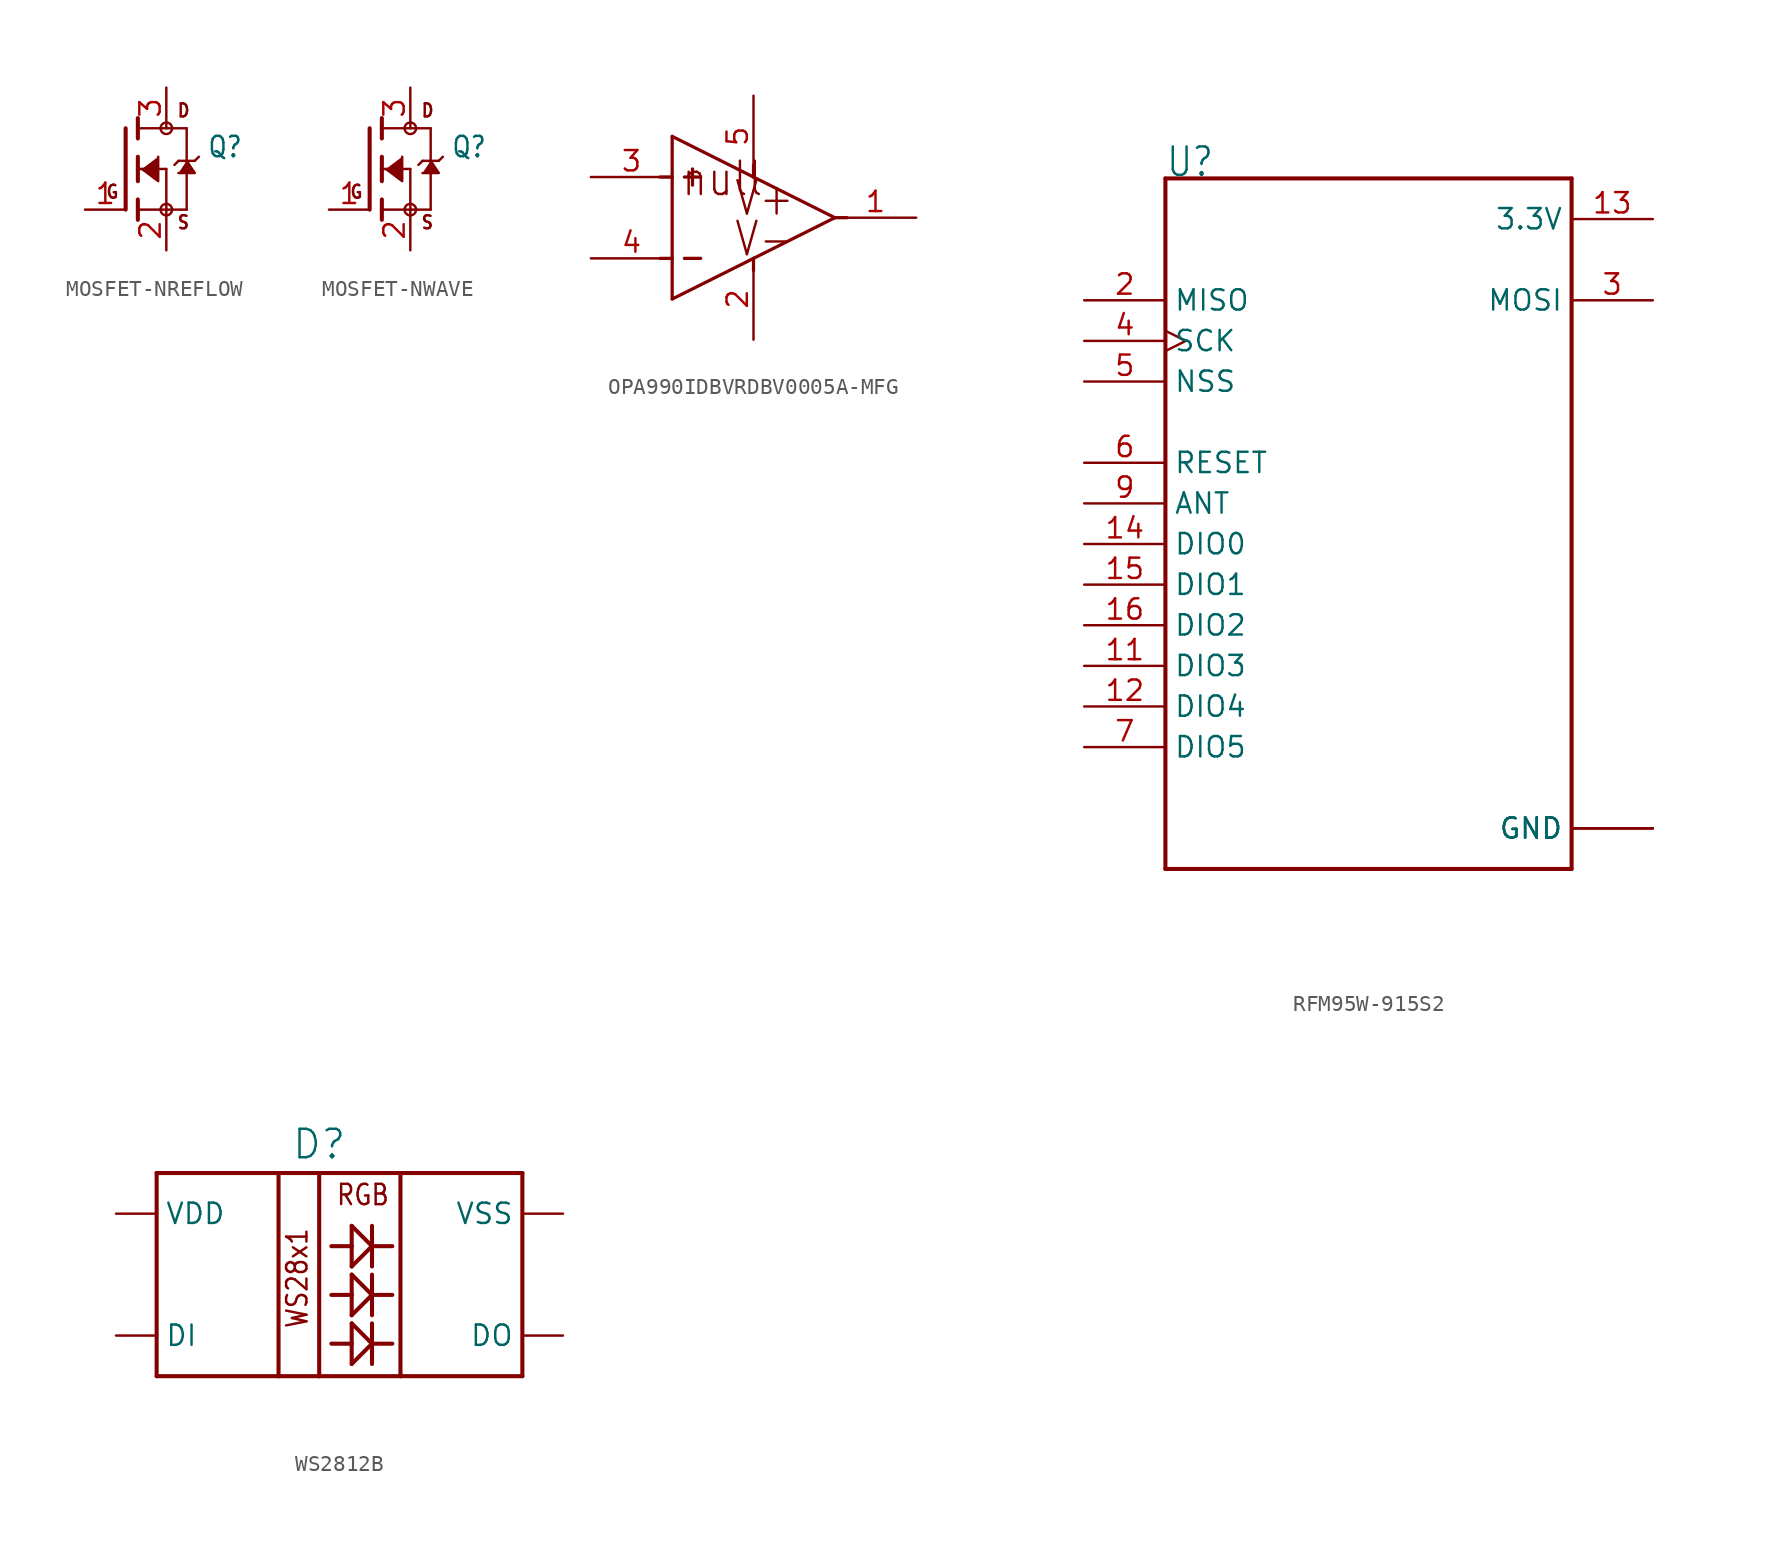
<source format=kicad_sym>
(kicad_symbol_lib
  (version 20231120)
  (generator "kicad_symbol_editor")
  (generator_version "8.0")
  (symbol "MOSFET-NREFLOW"
    (property "Reference" "Q"
      (at 5.08 0.635 0)
      (effects (font (size 1.27 1.079)) (justify left bottom)))
    (property "Value" ""
      (at 5.08 -1.27 0)
      (effects (font (size 1.27 1.079)) (justify left bottom)))
    (property "ki_locked" ""
      (at 0 0 0)
      (effects (font (size 1.27 1.27))))
    (symbol "MOSFET-NREFLOW_1_0"
      (polyline (pts (xy 0 2.54) (xy 0 -2.54)) (stroke (width 0.254) (type solid)) (fill (type none)))
      (polyline (pts (xy 0.762 -2.54) (xy 0.762 -3.175)) (stroke (width 0.254) (type solid)) (fill (type none)))
      (polyline (pts (xy 0.762 -1.905) (xy 0.762 -2.54)) (stroke (width 0.254) (type solid)) (fill (type none)))
      (polyline (pts (xy 0.762 0) (xy 0.762 -0.762)) (stroke (width 0.254) (type solid)) (fill (type none)))
      (polyline (pts (xy 0.762 0) (xy 2.54 0)) (stroke (width 0.152) (type solid)) (fill (type none)))
      (polyline (pts (xy 0.762 0.762) (xy 0.762 0)) (stroke (width 0.254) (type solid)) (fill (type none)))
      (polyline (pts (xy 0.762 2.54) (xy 0.762 1.905)) (stroke (width 0.254) (type solid)) (fill (type none)))
      (polyline (pts (xy 0.762 2.54) (xy 3.81 2.54)) (stroke (width 0.152) (type solid)) (fill (type none)))
      (polyline (pts (xy 0.762 3.175) (xy 0.762 2.54)) (stroke (width 0.254) (type solid)) (fill (type none)))
      (polyline (pts (xy 2.54 -2.54) (xy 0.762 -2.54)) (stroke (width 0.152) (type solid)) (fill (type none)))
      (polyline (pts (xy 2.54 -2.54) (xy 3.81 -2.54)) (stroke (width 0.152) (type solid)) (fill (type none)))
      (polyline (pts (xy 2.54 0) (xy 2.54 -2.54)) (stroke (width 0.152) (type solid)) (fill (type none)))
      (polyline (pts (xy 3.302 0.508) (xy 3.048 0.254)) (stroke (width 0.152) (type solid)) (fill (type none)))
      (polyline (pts (xy 3.81 0.508) (xy 3.302 0.508)) (stroke (width 0.152) (type solid)) (fill (type none)))
      (polyline (pts (xy 3.81 0.508) (xy 3.81 -2.54)) (stroke (width 0.152) (type solid)) (fill (type none)))
      (polyline (pts (xy 3.81 2.54) (xy 3.81 0.508)) (stroke (width 0.152) (type solid)) (fill (type none)))
      (polyline (pts (xy 4.318 0.508) (xy 3.81 0.508)) (stroke (width 0.152) (type solid)) (fill (type none)))
      (polyline (pts (xy 4.572 0.762) (xy 4.318 0.508)) (stroke (width 0.152) (type solid)) (fill (type none)))
      (polyline (pts (xy 1.016 0) (xy 2.032 -0.762) (xy 2.032 0.762)) (stroke (width 0.152) (type solid)) (fill (type outline)))
      (polyline (pts (xy 3.302 -0.254) (xy 4.318 -0.254) (xy 3.81 0.508)) (stroke (width 0.152) (type solid)) (fill (type outline)))
      (circle (center 2.54 -2.54) (radius 0.359) (stroke (width 0) (type solid)) (fill (type none)))
      (circle (center 2.54 2.54) (radius 0.359) (stroke (width 0) (type solid)) (fill (type none)))
      (text "D" (at 3.175 3.175 0) (effects (font (size 0.813 0.691)) (justify left bottom)))
      (text "G" (at -1.27 -1.905 0) (effects (font (size 0.813 0.691)) (justify left bottom)))
      (text "S" (at 3.175 -3.81 0) (effects (font (size 0.813 0.691)) (justify left bottom)))
      (pin bidirectional line (at -2.54 -2.54 0) (length 2.54) (name "G" (effects (font (size 0 0)))) (number "1" (effects (font (size 1.27 1.27)))))
      (pin bidirectional line (at 2.54 -5.08 90) (length 2.54) (name "S" (effects (font (size 0 0)))) (number "2" (effects (font (size 1.27 1.27)))))
      (pin bidirectional line (at 2.54 5.08 270) (length 2.54) (name "D" (effects (font (size 0 0)))) (number "3" (effects (font (size 1.27 1.27)))))))
  (symbol "MOSFET-NWAVE"
    (property "Reference" "Q"
      (at 5.08 0.635 0)
      (effects (font (size 1.27 1.079)) (justify left bottom)))
    (property "Value" ""
      (at 5.08 -1.27 0)
      (effects (font (size 1.27 1.079)) (justify left bottom)))
    (property "ki_locked" ""
      (at 0 0 0)
      (effects (font (size 1.27 1.27))))
    (symbol "MOSFET-NWAVE_1_0"
      (polyline (pts (xy 0 2.54) (xy 0 -2.54)) (stroke (width 0.254) (type solid)) (fill (type none)))
      (polyline (pts (xy 0.762 -2.54) (xy 0.762 -3.175)) (stroke (width 0.254) (type solid)) (fill (type none)))
      (polyline (pts (xy 0.762 -1.905) (xy 0.762 -2.54)) (stroke (width 0.254) (type solid)) (fill (type none)))
      (polyline (pts (xy 0.762 0) (xy 0.762 -0.762)) (stroke (width 0.254) (type solid)) (fill (type none)))
      (polyline (pts (xy 0.762 0) (xy 2.54 0)) (stroke (width 0.152) (type solid)) (fill (type none)))
      (polyline (pts (xy 0.762 0.762) (xy 0.762 0)) (stroke (width 0.254) (type solid)) (fill (type none)))
      (polyline (pts (xy 0.762 2.54) (xy 0.762 1.905)) (stroke (width 0.254) (type solid)) (fill (type none)))
      (polyline (pts (xy 0.762 2.54) (xy 3.81 2.54)) (stroke (width 0.152) (type solid)) (fill (type none)))
      (polyline (pts (xy 0.762 3.175) (xy 0.762 2.54)) (stroke (width 0.254) (type solid)) (fill (type none)))
      (polyline (pts (xy 2.54 -2.54) (xy 0.762 -2.54)) (stroke (width 0.152) (type solid)) (fill (type none)))
      (polyline (pts (xy 2.54 -2.54) (xy 3.81 -2.54)) (stroke (width 0.152) (type solid)) (fill (type none)))
      (polyline (pts (xy 2.54 0) (xy 2.54 -2.54)) (stroke (width 0.152) (type solid)) (fill (type none)))
      (polyline (pts (xy 3.302 0.508) (xy 3.048 0.254)) (stroke (width 0.152) (type solid)) (fill (type none)))
      (polyline (pts (xy 3.81 0.508) (xy 3.302 0.508)) (stroke (width 0.152) (type solid)) (fill (type none)))
      (polyline (pts (xy 3.81 0.508) (xy 3.81 -2.54)) (stroke (width 0.152) (type solid)) (fill (type none)))
      (polyline (pts (xy 3.81 2.54) (xy 3.81 0.508)) (stroke (width 0.152) (type solid)) (fill (type none)))
      (polyline (pts (xy 4.318 0.508) (xy 3.81 0.508)) (stroke (width 0.152) (type solid)) (fill (type none)))
      (polyline (pts (xy 4.572 0.762) (xy 4.318 0.508)) (stroke (width 0.152) (type solid)) (fill (type none)))
      (polyline (pts (xy 1.016 0) (xy 2.032 -0.762) (xy 2.032 0.762)) (stroke (width 0.152) (type solid)) (fill (type outline)))
      (polyline (pts (xy 3.302 -0.254) (xy 4.318 -0.254) (xy 3.81 0.508)) (stroke (width 0.152) (type solid)) (fill (type outline)))
      (circle (center 2.54 -2.54) (radius 0.359) (stroke (width 0) (type solid)) (fill (type none)))
      (circle (center 2.54 2.54) (radius 0.359) (stroke (width 0) (type solid)) (fill (type none)))
      (text "D" (at 3.175 3.175 0) (effects (font (size 0.813 0.691)) (justify left bottom)))
      (text "G" (at -1.27 -1.905 0) (effects (font (size 0.813 0.691)) (justify left bottom)))
      (text "S" (at 3.175 -3.81 0) (effects (font (size 0.813 0.691)) (justify left bottom)))
      (pin bidirectional line (at -2.54 -2.54 0) (length 2.54) (name "G" (effects (font (size 0 0)))) (number "1" (effects (font (size 1.27 1.27)))))
      (pin bidirectional line (at 2.54 -5.08 90) (length 2.54) (name "S" (effects (font (size 0 0)))) (number "2" (effects (font (size 1.27 1.27)))))
      (pin bidirectional line (at 2.54 5.08 270) (length 2.54) (name "D" (effects (font (size 0 0)))) (number "3" (effects (font (size 1.27 1.27)))))))
  (symbol "OPA990IDBVRDBV0005A-MFG"
    (property "Reference" "U"
      (at -4.724 1.499 0)
      (effects (font (size 2.083 1.77)) (justify left bottom) (hide yes)))
    (property "ki_locked" ""
      (at 0 0 0)
      (effects (font (size 1.27 1.27))))
    (symbol "OPA990IDBVRDBV0005A-MFG_1_0"
      (polyline (pts (xy 5.08 -7.62) (xy 5.08 -5.08)) (stroke (width 0.203) (type solid)) (fill (type none)))
      (polyline (pts (xy 5.08 -7.62) (xy 10.16 -5.08)) (stroke (width 0.203) (type solid)) (fill (type none)))
      (polyline (pts (xy 5.08 -5.08) (xy 4.318 -5.08)) (stroke (width 0.203) (type solid)) (fill (type none)))
      (polyline (pts (xy 5.08 -5.08) (xy 5.08 0)) (stroke (width 0.203) (type solid)) (fill (type none)))
      (polyline (pts (xy 5.08 0) (xy 4.318 0)) (stroke (width 0.203) (type solid)) (fill (type none)))
      (polyline (pts (xy 5.08 0) (xy 5.08 2.54)) (stroke (width 0.203) (type solid)) (fill (type none)))
      (polyline (pts (xy 5.08 2.54) (xy 10.16 0)) (stroke (width 0.203) (type solid)) (fill (type none)))
      (polyline (pts (xy 6.35 -0.508) (xy 6.35 0.508)) (stroke (width 0.203) (type solid)) (fill (type none)))
      (polyline (pts (xy 6.858 -5.08) (xy 5.842 -5.08)) (stroke (width 0.203) (type solid)) (fill (type none)))
      (polyline (pts (xy 6.858 0) (xy 5.842 0)) (stroke (width 0.203) (type solid)) (fill (type none)))
      (polyline (pts (xy 10.16 -5.08) (xy 10.16 -5.842)) (stroke (width 0.203) (type solid)) (fill (type none)))
      (polyline (pts (xy 10.16 -5.08) (xy 15.24 -2.54)) (stroke (width 0.203) (type solid)) (fill (type none)))
      (polyline (pts (xy 10.16 0) (xy 10.16 0.762)) (stroke (width 0.203) (type solid)) (fill (type none)))
      (polyline (pts (xy 10.16 0) (xy 15.24 -2.54)) (stroke (width 0.203) (type solid)) (fill (type none)))
      (polyline (pts (xy 15.24 -2.54) (xy 16.002 -2.54)) (stroke (width 0.203) (type solid)) (fill (type none)))
      (text "null" (at 5.588 -1.321 0) (effects (font (size 2.083 1.77)) (justify left bottom)))
      (text "V+" (at 8.89 -2.54 0) (effects (font (size 2.083 1.77)) (justify left bottom)))
      (text "V-" (at 8.89 -5.08 0) (effects (font (size 2.083 1.77)) (justify left bottom)))
      (pin passive line (at 20.32 -2.54 180) (length 5.08) (name "OUT" (effects (font (size 0 0)))) (number "1" (effects (font (size 1.27 1.27)))))
      (pin power_in line (at 10.16 -10.16 90) (length 5.08) (name "V-" (effects (font (size 0 0)))) (number "2" (effects (font (size 1.27 1.27)))))
      (pin tri_state line (at 0 0 0) (length 5.08) (name "IN+" (effects (font (size 0 0)))) (number "3" (effects (font (size 1.27 1.27)))))
      (pin tri_state line (at 0 -5.08 0) (length 5.08) (name "IN-" (effects (font (size 0 0)))) (number "4" (effects (font (size 1.27 1.27)))))
      (pin power_in line (at 10.16 5.08 270) (length 5.08) (name "V+" (effects (font (size 0 0)))) (number "5" (effects (font (size 1.27 1.27)))))))
  (symbol "RFM95W-915S2"
    (property "Reference" "U"
      (at -12.7 22.86 0)
      (effects (font (size 1.778 1.511)) (justify left bottom)))
    (property "Value" ""
      (at -12.7 -22.86 0)
      (effects (font (size 1.778 1.511)) (justify left bottom)))
    (property "ki_locked" ""
      (at 0 0 0)
      (effects (font (size 1.27 1.27))))
    (symbol "RFM95W-915S2_1_0"
      (polyline (pts (xy -12.7 -20.32) (xy 12.7 -20.32)) (stroke (width 0.254) (type solid)) (fill (type none)))
      (polyline (pts (xy -12.7 22.86) (xy -12.7 -20.32)) (stroke (width 0.254) (type solid)) (fill (type none)))
      (polyline (pts (xy 12.7 -20.32) (xy 12.7 22.86)) (stroke (width 0.254) (type solid)) (fill (type none)))
      (polyline (pts (xy 12.7 22.86) (xy -12.7 22.86)) (stroke (width 0.254) (type solid)) (fill (type none)))
      (pin power_in line (at 17.78 -17.78 180) (length 5.08) (name "GND" (effects (font (size 1.27 1.27)))) (number "1" (effects (font (size 0 0)))))
      (pin power_in line (at 17.78 -17.78 180) (length 5.08) (name "GND" (effects (font (size 1.27 1.27)))) (number "10" (effects (font (size 0 0)))))
      (pin bidirectional line (at -17.78 -7.62 0) (length 5.08) (name "DIO3" (effects (font (size 1.27 1.27)))) (number "11" (effects (font (size 1.27 1.27)))))
      (pin bidirectional line (at -17.78 -10.16 0) (length 5.08) (name "DIO4" (effects (font (size 1.27 1.27)))) (number "12" (effects (font (size 1.27 1.27)))))
      (pin power_in line (at 17.78 20.32 180) (length 5.08) (name "3.3V" (effects (font (size 1.27 1.27)))) (number "13" (effects (font (size 1.27 1.27)))))
      (pin bidirectional line (at -17.78 0 0) (length 5.08) (name "DIO0" (effects (font (size 1.27 1.27)))) (number "14" (effects (font (size 1.27 1.27)))))
      (pin bidirectional line (at -17.78 -2.54 0) (length 5.08) (name "DIO1" (effects (font (size 1.27 1.27)))) (number "15" (effects (font (size 1.27 1.27)))))
      (pin bidirectional line (at -17.78 -5.08 0) (length 5.08) (name "DIO2" (effects (font (size 1.27 1.27)))) (number "16" (effects (font (size 1.27 1.27)))))
      (pin input line (at -17.78 15.24 0) (length 5.08) (name "MISO" (effects (font (size 1.27 1.27)))) (number "2" (effects (font (size 1.27 1.27)))))
      (pin output line (at 17.78 15.24 180) (length 5.08) (name "MOSI" (effects (font (size 1.27 1.27)))) (number "3" (effects (font (size 1.27 1.27)))))
      (pin input clock (at -17.78 12.7 0) (length 5.08) (name "SCK" (effects (font (size 1.27 1.27)))) (number "4" (effects (font (size 1.27 1.27)))))
      (pin input line (at -17.78 10.16 0) (length 5.08) (name "NSS" (effects (font (size 1.27 1.27)))) (number "5" (effects (font (size 1.27 1.27)))))
      (pin bidirectional line (at -17.78 5.08 0) (length 5.08) (name "RESET" (effects (font (size 1.27 1.27)))) (number "6" (effects (font (size 1.27 1.27)))))
      (pin bidirectional line (at -17.78 -12.7 0) (length 5.08) (name "DIO5" (effects (font (size 1.27 1.27)))) (number "7" (effects (font (size 1.27 1.27)))))
      (pin power_in line (at 17.78 -17.78 180) (length 5.08) (name "GND" (effects (font (size 1.27 1.27)))) (number "8" (effects (font (size 0 0)))))
      (pin bidirectional line (at -17.78 2.54 0) (length 5.08) (name "ANT" (effects (font (size 1.27 1.27)))) (number "9" (effects (font (size 1.27 1.27)))))))
  (symbol "WS2812B"
    (property "Reference" "D"
      (at -2.54 8.382 0)
      (effects (font (size 1.778 1.778)) (justify bottom)))
    (property "Value" ""
      (at -2.54 -7.62 0)
      (effects (font (size 1.778 1.778)) (justify bottom)))
    (property "ki_locked" ""
      (at 0 0 0)
      (effects (font (size 1.27 1.27))))
    (symbol "WS2812B_1_0"
      (polyline (pts (xy -12.7 -5.08) (xy -12.7 7.62)) (stroke (width 0.254) (type solid)) (fill (type none)))
      (polyline (pts (xy -12.7 7.62) (xy -5.08 7.62)) (stroke (width 0.254) (type solid)) (fill (type none)))
      (polyline (pts (xy -5.08 -5.08) (xy -12.7 -5.08)) (stroke (width 0.254) (type solid)) (fill (type none)))
      (polyline (pts (xy -5.08 7.62) (xy -5.08 -5.08)) (stroke (width 0.254) (type solid)) (fill (type none)))
      (polyline (pts (xy -5.08 7.62) (xy -2.54 7.62)) (stroke (width 0.254) (type solid)) (fill (type none)))
      (polyline (pts (xy -2.54 -5.08) (xy -5.08 -5.08)) (stroke (width 0.254) (type solid)) (fill (type none)))
      (polyline (pts (xy -2.54 7.62) (xy -2.54 -5.08)) (stroke (width 0.254) (type solid)) (fill (type none)))
      (polyline (pts (xy -2.54 7.62) (xy 2.54 7.62)) (stroke (width 0.254) (type solid)) (fill (type none)))
      (polyline (pts (xy -0.508 -4.318) (xy 0.762 -3.048)) (stroke (width 0.254) (type solid)) (fill (type none)))
      (polyline (pts (xy -0.508 -3.048) (xy -1.778 -3.048)) (stroke (width 0.254) (type solid)) (fill (type none)))
      (polyline (pts (xy -0.508 -3.048) (xy -0.508 -4.318)) (stroke (width 0.254) (type solid)) (fill (type none)))
      (polyline (pts (xy -0.508 -1.778) (xy -0.508 -3.048)) (stroke (width 0.254) (type solid)) (fill (type none)))
      (polyline (pts (xy -0.508 -1.27) (xy 0.762 0)) (stroke (width 0.254) (type solid)) (fill (type none)))
      (polyline (pts (xy -0.508 0) (xy -1.778 0)) (stroke (width 0.254) (type solid)) (fill (type none)))
      (polyline (pts (xy -0.508 0) (xy -0.508 -1.27)) (stroke (width 0.254) (type solid)) (fill (type none)))
      (polyline (pts (xy -0.508 1.27) (xy -0.508 0)) (stroke (width 0.254) (type solid)) (fill (type none)))
      (polyline (pts (xy -0.508 1.778) (xy 0.762 3.048)) (stroke (width 0.254) (type solid)) (fill (type none)))
      (polyline (pts (xy -0.508 3.048) (xy -1.778 3.048)) (stroke (width 0.254) (type solid)) (fill (type none)))
      (polyline (pts (xy -0.508 3.048) (xy -0.508 1.778)) (stroke (width 0.254) (type solid)) (fill (type none)))
      (polyline (pts (xy -0.508 4.318) (xy -0.508 3.048)) (stroke (width 0.254) (type solid)) (fill (type none)))
      (polyline (pts (xy 0.762 -3.048) (xy -0.508 -1.778)) (stroke (width 0.254) (type solid)) (fill (type none)))
      (polyline (pts (xy 0.762 -3.048) (xy 0.762 -4.318)) (stroke (width 0.254) (type solid)) (fill (type none)))
      (polyline (pts (xy 0.762 -3.048) (xy 2.032 -3.048)) (stroke (width 0.254) (type solid)) (fill (type none)))
      (polyline (pts (xy 0.762 -1.778) (xy 0.762 -3.048)) (stroke (width 0.254) (type solid)) (fill (type none)))
      (polyline (pts (xy 0.762 0) (xy -0.508 1.27)) (stroke (width 0.254) (type solid)) (fill (type none)))
      (polyline (pts (xy 0.762 0) (xy 0.762 -1.27)) (stroke (width 0.254) (type solid)) (fill (type none)))
      (polyline (pts (xy 0.762 0) (xy 2.032 0)) (stroke (width 0.254) (type solid)) (fill (type none)))
      (polyline (pts (xy 0.762 1.27) (xy 0.762 0)) (stroke (width 0.254) (type solid)) (fill (type none)))
      (polyline (pts (xy 0.762 3.048) (xy -0.508 4.318)) (stroke (width 0.254) (type solid)) (fill (type none)))
      (polyline (pts (xy 0.762 3.048) (xy 0.762 1.778)) (stroke (width 0.254) (type solid)) (fill (type none)))
      (polyline (pts (xy 0.762 3.048) (xy 2.032 3.048)) (stroke (width 0.254) (type solid)) (fill (type none)))
      (polyline (pts (xy 0.762 4.318) (xy 0.762 3.048)) (stroke (width 0.254) (type solid)) (fill (type none)))
      (polyline (pts (xy 2.54 -5.08) (xy -2.54 -5.08)) (stroke (width 0.254) (type solid)) (fill (type none)))
      (polyline (pts (xy 2.54 7.62) (xy 2.54 -5.08)) (stroke (width 0.254) (type solid)) (fill (type none)))
      (polyline (pts (xy 2.54 7.62) (xy 10.16 7.62)) (stroke (width 0.254) (type solid)) (fill (type none)))
      (polyline (pts (xy 10.16 -5.08) (xy 2.54 -5.08)) (stroke (width 0.254) (type solid)) (fill (type none)))
      (polyline (pts (xy 10.16 7.62) (xy 10.16 -5.08)) (stroke (width 0.254) (type solid)) (fill (type none)))
      (text "RGB" (at -1.524 5.512 0) (effects (font (size 1.27 1.079)) (justify left bottom)))
      (text "WS28x1" (at -3.175 -2.159 900) (effects (font (size 1.27 1.079)) (justify left bottom)))
      (pin bidirectional line (at -15.24 5.08 0) (length 2.54) (name "VDD" (effects (font (size 1.27 1.27)))) (number "1" (effects (font (size 0 0)))))
      (pin bidirectional line (at 12.7 -2.54 180) (length 2.54) (name "DO" (effects (font (size 1.27 1.27)))) (number "2" (effects (font (size 0 0)))))
      (pin bidirectional line (at 12.7 5.08 180) (length 2.54) (name "VSS" (effects (font (size 1.27 1.27)))) (number "3" (effects (font (size 0 0)))))
      (pin bidirectional line (at -15.24 -2.54 0) (length 2.54) (name "DI" (effects (font (size 1.27 1.27)))) (number "4" (effects (font (size 0 0))))))))
</source>
